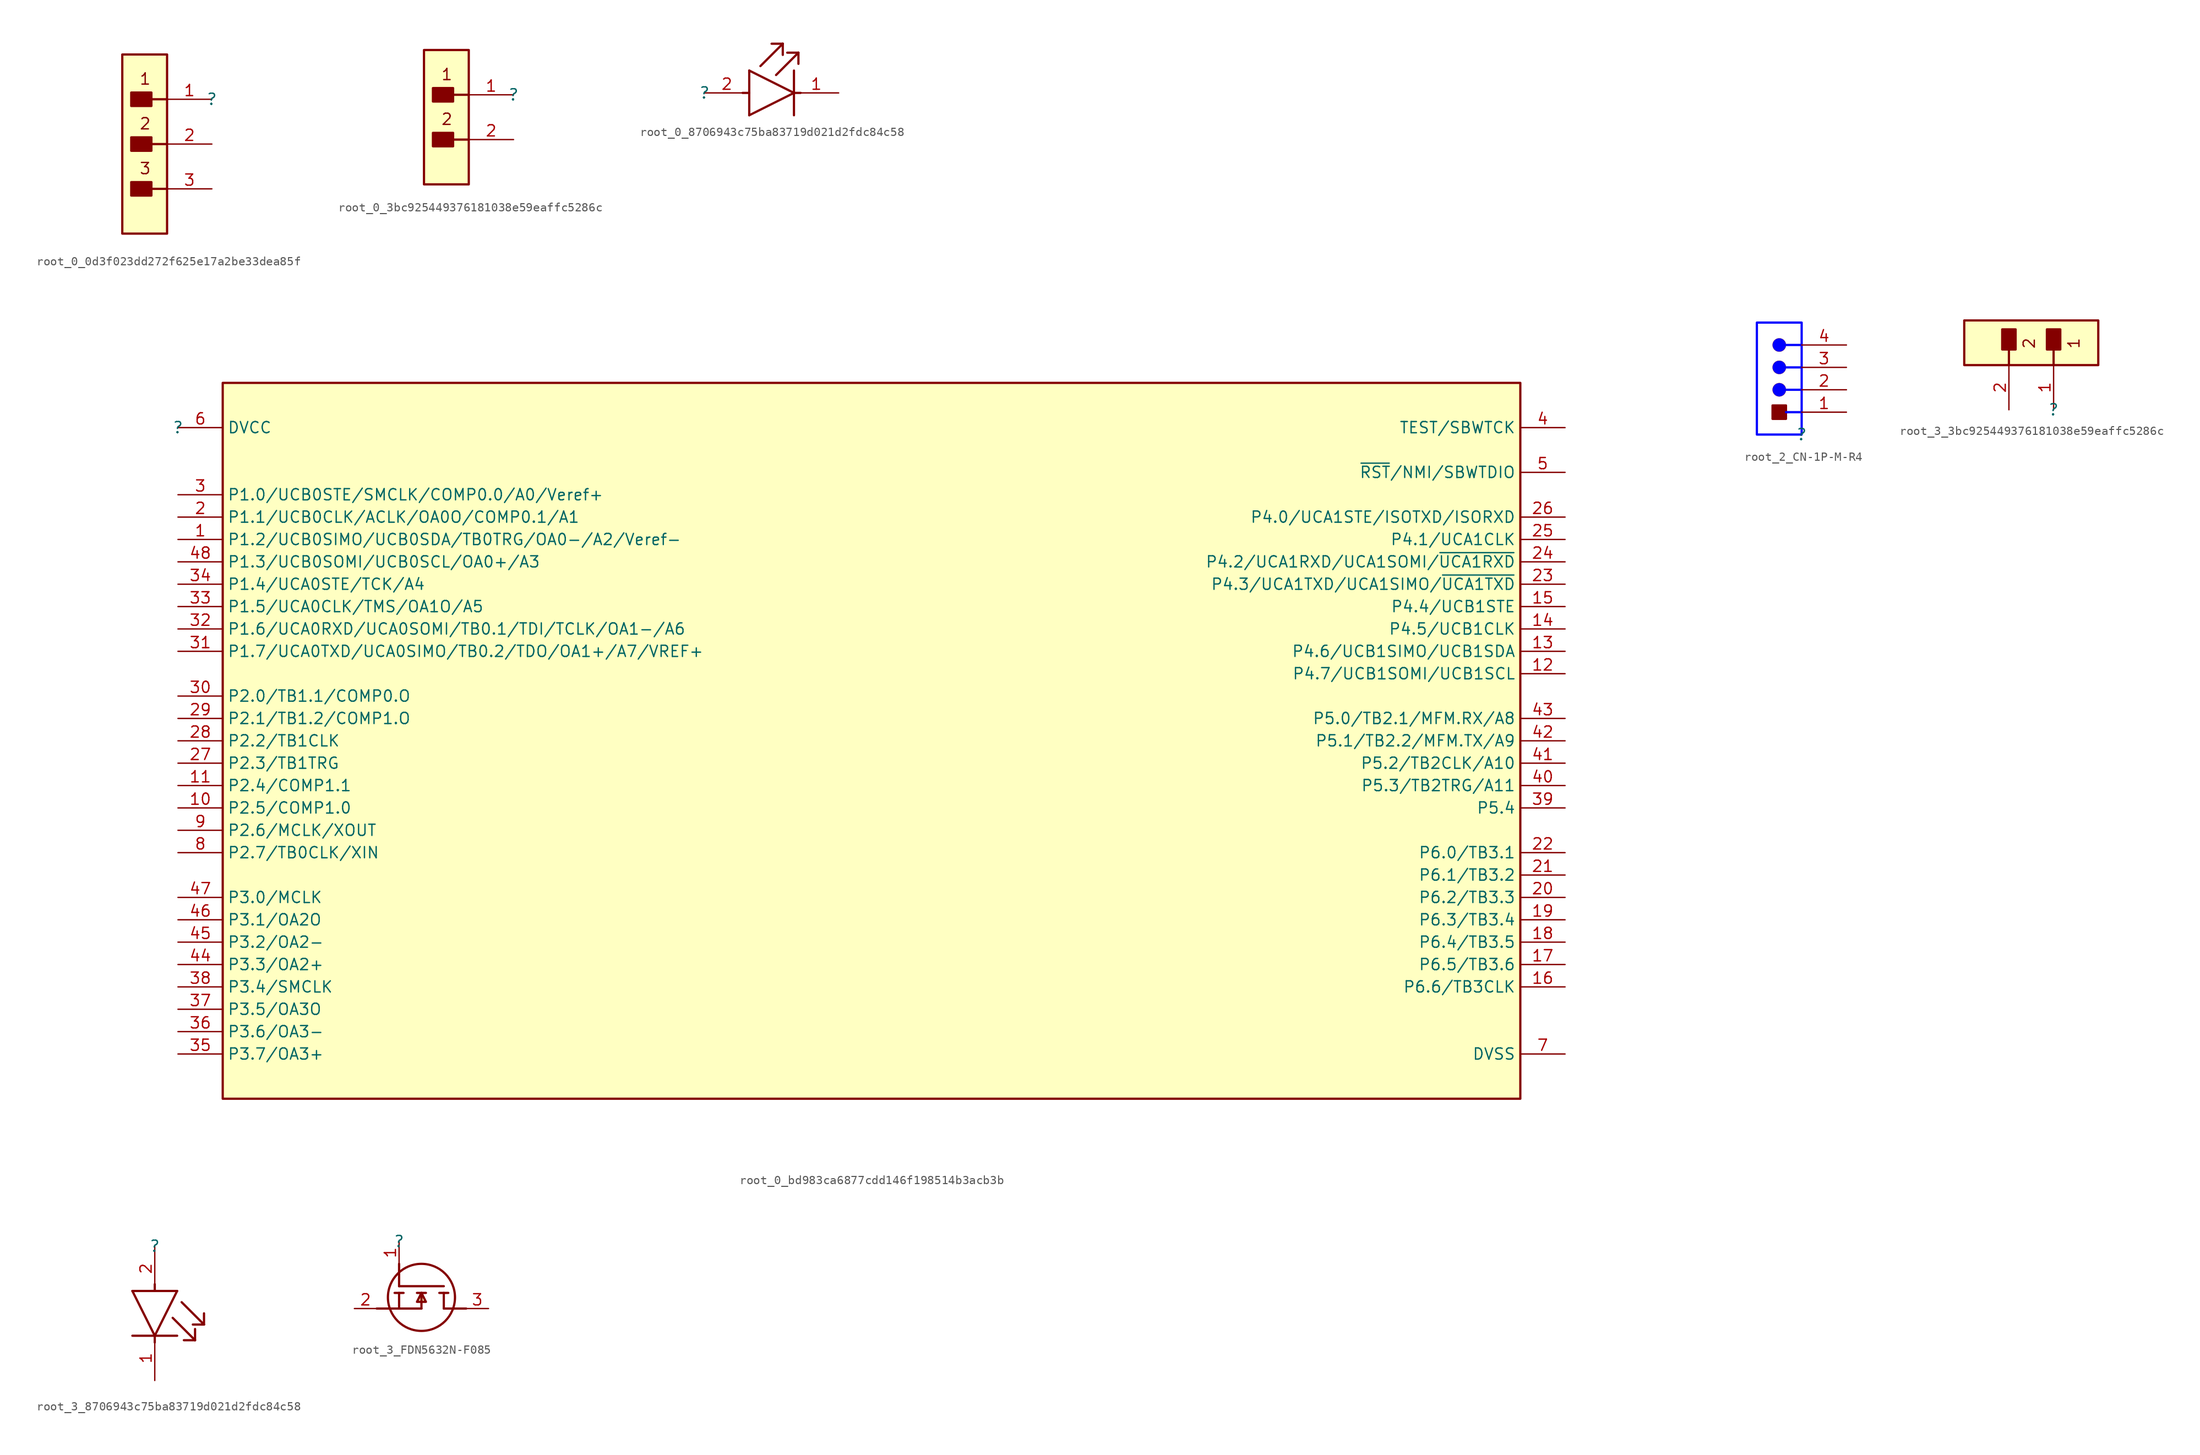
<source format=kicad_sym>
(kicad_symbol_lib
  (version 20220914)
  (generator kicad_symbol_editor)
  (symbol "root_0_0d3f023dd272f625e17a2be33dea85f"
    (property "Reference" ""
      (at 0 0 0)
      (effects (font (size 1.27 1.27))))
    (property "Value" ""
      (at 0 0 0)
      (effects (font (size 1.27 1.27))))
    (symbol "root_0_0d3f023dd272f625e17a2be33dea85f_1_0"
      (rectangle (start -6.858 -9.398) (end -9.144 -10.922) (stroke (width 0.254) (type solid)) (fill (type outline)))
      (rectangle (start -6.858 -4.318) (end -9.144 -5.842) (stroke (width 0.254) (type solid)) (fill (type outline)))
      (rectangle (start -6.858 0.762) (end -9.144 -0.762) (stroke (width 0.254) (type solid)) (fill (type outline)))
      (rectangle (start -5.08 5.08) (end -10.16 -15.24) (stroke (width 0.254) (type solid)) (fill (type background)))
      (polyline (pts (xy -6.858 -10.16) (xy -5.08 -10.16)) (stroke (width 0.254) (type solid)) (fill (type none)))
      (polyline (pts (xy -6.858 -5.08) (xy -5.08 -5.08)) (stroke (width 0.254) (type solid)) (fill (type none)))
      (polyline (pts (xy -6.858 0) (xy -5.08 0)) (stroke (width 0.254) (type solid)) (fill (type none)))
      (text "1" (at -6.858 3.048 0) (effects (font (size 1.27 1.27)) (justify right top)))
      (text "2" (at -6.858 -2.032 0) (effects (font (size 1.27 1.27)) (justify right top)))
      (text "3" (at -6.858 -7.112 0) (effects (font (size 1.27 1.27)) (justify right top)))
      (pin passive line (at 0 0 180) (length 5.08) (name "1" (effects (font (size 0 0)))) (number "1" (effects (font (size 1.27 1.27)))))
      (pin passive line (at 0 -5.08 180) (length 5.08) (name "2" (effects (font (size 0 0)))) (number "2" (effects (font (size 1.27 1.27)))))
      (pin passive line (at 0 -10.16 180) (length 5.08) (name "3" (effects (font (size 0 0)))) (number "3" (effects (font (size 1.27 1.27)))))))
  (symbol "root_0_3bc925449376181038e59eaffc5286c"
    (property "Reference" ""
      (at 0 0 0)
      (effects (font (size 1.27 1.27))))
    (property "Value" ""
      (at 0 0 0)
      (effects (font (size 1.27 1.27))))
    (symbol "root_0_3bc925449376181038e59eaffc5286c_1_0"
      (rectangle (start -6.858 -4.318) (end -9.144 -5.842) (stroke (width 0.254) (type solid)) (fill (type outline)))
      (rectangle (start -6.858 0.762) (end -9.144 -0.762) (stroke (width 0.254) (type solid)) (fill (type outline)))
      (rectangle (start -5.08 5.08) (end -10.16 -10.16) (stroke (width 0.254) (type solid)) (fill (type background)))
      (polyline (pts (xy -6.858 -5.08) (xy -5.08 -5.08)) (stroke (width 0.254) (type solid)) (fill (type none)))
      (polyline (pts (xy -6.858 0) (xy -5.08 0)) (stroke (width 0.254) (type solid)) (fill (type none)))
      (text "1" (at -6.858 3.048 0) (effects (font (size 1.27 1.27)) (justify right top)))
      (text "2" (at -6.858 -2.032 0) (effects (font (size 1.27 1.27)) (justify right top)))
      (pin passive line (at 0 0 180) (length 5.08) (name "1" (effects (font (size 0 0)))) (number "1" (effects (font (size 1.27 1.27)))))
      (pin passive line (at 0 -5.08 180) (length 5.08) (name "2" (effects (font (size 0 0)))) (number "2" (effects (font (size 1.27 1.27)))))))
  (symbol "root_0_8706943c75ba83719d021d2fdc84c58"
    (property "Reference" ""
      (at 0 0 0)
      (effects (font (size 1.27 1.27))))
    (property "Value" ""
      (at 0 0 0)
      (effects (font (size 1.27 1.27))))
    (symbol "root_0_8706943c75ba83719d021d2fdc84c58_1_0"
      (polyline (pts (xy 5.08 -2.54) (xy 10.16 0)) (stroke (width 0.254) (type solid)) (fill (type none)))
      (polyline (pts (xy 5.08 0) (xy 4.318 0)) (stroke (width 0.254) (type solid)) (fill (type none)))
      (polyline (pts (xy 5.08 2.54) (xy 5.08 -2.54)) (stroke (width 0.254) (type solid)) (fill (type none)))
      (polyline (pts (xy 5.08 2.54) (xy 10.16 0)) (stroke (width 0.254) (type solid)) (fill (type none)))
      (polyline (pts (xy 6.35 3.048) (xy 8.89 5.588)) (stroke (width 0.254) (type solid)) (fill (type none)))
      (polyline (pts (xy 8.128 2.032) (xy 10.668 4.572)) (stroke (width 0.254) (type solid)) (fill (type none)))
      (polyline (pts (xy 8.89 5.588) (xy 7.62 5.588)) (stroke (width 0.254) (type solid)) (fill (type none)))
      (polyline (pts (xy 8.89 5.588) (xy 8.89 4.318)) (stroke (width 0.254) (type solid)) (fill (type none)))
      (polyline (pts (xy 10.16 0) (xy 10.922 0)) (stroke (width 0.254) (type solid)) (fill (type none)))
      (polyline (pts (xy 10.16 2.54) (xy 10.16 -2.54)) (stroke (width 0.254) (type solid)) (fill (type none)))
      (polyline (pts (xy 10.668 4.572) (xy 9.398 4.572)) (stroke (width 0.254) (type solid)) (fill (type none)))
      (polyline (pts (xy 10.668 4.572) (xy 10.668 3.302)) (stroke (width 0.254) (type solid)) (fill (type none)))
      (pin passive line (at 15.24 0 180) (length 5.08) (name "C" (effects (font (size 0 0)))) (number "1" (effects (font (size 1.27 1.27)))))
      (pin passive line (at 0 0 0) (length 5.08) (name "A" (effects (font (size 0 0)))) (number "2" (effects (font (size 1.27 1.27)))))))
  (symbol "root_0_bd983ca6877cdd146f198514b3acb3b"
    (property "Reference" ""
      (at 0 0 0)
      (effects (font (size 1.27 1.27))))
    (property "Value" ""
      (at 0 0 0)
      (effects (font (size 1.27 1.27))))
    (symbol "root_0_bd983ca6877cdd146f198514b3acb3b_1_0"
      (rectangle (start 152.4 5.08) (end 5.08 -76.2) (stroke (width 0.254) (type solid)) (fill (type background)))
      (pin bidirectional line (at 0 -12.7 0) (length 5.08) (name "P1.2/UCB0SIMO/UCB0SDA/TB0TRG/OA0-/A2/Veref-" (effects (font (size 1.27 1.27)))) (number "1" (effects (font (size 1.27 1.27)))))
      (pin bidirectional line (at 0 -43.18 0) (length 5.08) (name "P2.5/COMP1.0" (effects (font (size 1.27 1.27)))) (number "10" (effects (font (size 1.27 1.27)))))
      (pin bidirectional line (at 0 -40.64 0) (length 5.08) (name "P2.4/COMP1.1" (effects (font (size 1.27 1.27)))) (number "11" (effects (font (size 1.27 1.27)))))
      (pin bidirectional line (at 157.48 -27.94 180) (length 5.08) (name "P4.7/UCB1SOMI/UCB1SCL" (effects (font (size 1.27 1.27)))) (number "12" (effects (font (size 1.27 1.27)))))
      (pin bidirectional line (at 157.48 -25.4 180) (length 5.08) (name "P4.6/UCB1SIMO/UCB1SDA" (effects (font (size 1.27 1.27)))) (number "13" (effects (font (size 1.27 1.27)))))
      (pin bidirectional line (at 157.48 -22.86 180) (length 5.08) (name "P4.5/UCB1CLK" (effects (font (size 1.27 1.27)))) (number "14" (effects (font (size 1.27 1.27)))))
      (pin bidirectional line (at 157.48 -20.32 180) (length 5.08) (name "P4.4/UCB1STE" (effects (font (size 1.27 1.27)))) (number "15" (effects (font (size 1.27 1.27)))))
      (pin bidirectional line (at 157.48 -63.5 180) (length 5.08) (name "P6.6/TB3CLK" (effects (font (size 1.27 1.27)))) (number "16" (effects (font (size 1.27 1.27)))))
      (pin bidirectional line (at 157.48 -60.96 180) (length 5.08) (name "P6.5/TB3.6" (effects (font (size 1.27 1.27)))) (number "17" (effects (font (size 1.27 1.27)))))
      (pin bidirectional line (at 157.48 -58.42 180) (length 5.08) (name "P6.4/TB3.5" (effects (font (size 1.27 1.27)))) (number "18" (effects (font (size 1.27 1.27)))))
      (pin bidirectional line (at 157.48 -55.88 180) (length 5.08) (name "P6.3/TB3.4" (effects (font (size 1.27 1.27)))) (number "19" (effects (font (size 1.27 1.27)))))
      (pin bidirectional line (at 0 -10.16 0) (length 5.08) (name "P1.1/UCB0CLK/ACLK/OA0O/COMP0.1/A1" (effects (font (size 1.27 1.27)))) (number "2" (effects (font (size 1.27 1.27)))))
      (pin bidirectional line (at 157.48 -53.34 180) (length 5.08) (name "P6.2/TB3.3" (effects (font (size 1.27 1.27)))) (number "20" (effects (font (size 1.27 1.27)))))
      (pin bidirectional line (at 157.48 -50.8 180) (length 5.08) (name "P6.1/TB3.2" (effects (font (size 1.27 1.27)))) (number "21" (effects (font (size 1.27 1.27)))))
      (pin bidirectional line (at 157.48 -48.26 180) (length 5.08) (name "P6.0/TB3.1" (effects (font (size 1.27 1.27)))) (number "22" (effects (font (size 1.27 1.27)))))
      (pin bidirectional line (at 157.48 -17.78 180) (length 5.08) (name "P4.3/UCA1TXD/UCA1SIMO/~{UCA1TXD}" (effects (font (size 1.27 1.27)))) (number "23" (effects (font (size 1.27 1.27)))))
      (pin bidirectional line (at 157.48 -15.24 180) (length 5.08) (name "P4.2/UCA1RXD/UCA1SOMI/~{UCA1RXD}" (effects (font (size 1.27 1.27)))) (number "24" (effects (font (size 1.27 1.27)))))
      (pin bidirectional line (at 157.48 -12.7 180) (length 5.08) (name "P4.1/UCA1CLK" (effects (font (size 1.27 1.27)))) (number "25" (effects (font (size 1.27 1.27)))))
      (pin bidirectional line (at 157.48 -10.16 180) (length 5.08) (name "P4.0/UCA1STE/ISOTXD/ISORXD" (effects (font (size 1.27 1.27)))) (number "26" (effects (font (size 1.27 1.27)))))
      (pin bidirectional line (at 0 -38.1 0) (length 5.08) (name "P2.3/TB1TRG" (effects (font (size 1.27 1.27)))) (number "27" (effects (font (size 1.27 1.27)))))
      (pin bidirectional line (at 0 -35.56 0) (length 5.08) (name "P2.2/TB1CLK" (effects (font (size 1.27 1.27)))) (number "28" (effects (font (size 1.27 1.27)))))
      (pin bidirectional line (at 0 -33.02 0) (length 5.08) (name "P2.1/TB1.2/COMP1.O" (effects (font (size 1.27 1.27)))) (number "29" (effects (font (size 1.27 1.27)))))
      (pin bidirectional line (at 0 -7.62 0) (length 5.08) (name "P1.0/UCB0STE/SMCLK/COMP0.0/A0/Veref+" (effects (font (size 1.27 1.27)))) (number "3" (effects (font (size 1.27 1.27)))))
      (pin bidirectional line (at 0 -30.48 0) (length 5.08) (name "P2.0/TB1.1/COMP0.O" (effects (font (size 1.27 1.27)))) (number "30" (effects (font (size 1.27 1.27)))))
      (pin bidirectional line (at 0 -25.4 0) (length 5.08) (name "P1.7/UCA0TXD/UCA0SIMO/TB0.2/TDO/OA1+/A7/VREF+" (effects (font (size 1.27 1.27)))) (number "31" (effects (font (size 1.27 1.27)))))
      (pin bidirectional line (at 0 -22.86 0) (length 5.08) (name "P1.6/UCA0RXD/UCA0SOMI/TB0.1/TDI/TCLK/OA1-/A6" (effects (font (size 1.27 1.27)))) (number "32" (effects (font (size 1.27 1.27)))))
      (pin bidirectional line (at 0 -20.32 0) (length 5.08) (name "P1.5/UCA0CLK/TMS/OA1O/A5" (effects (font (size 1.27 1.27)))) (number "33" (effects (font (size 1.27 1.27)))))
      (pin bidirectional line (at 0 -17.78 0) (length 5.08) (name "P1.4/UCA0STE/TCK/A4" (effects (font (size 1.27 1.27)))) (number "34" (effects (font (size 1.27 1.27)))))
      (pin bidirectional line (at 0 -71.12 0) (length 5.08) (name "P3.7/OA3+" (effects (font (size 1.27 1.27)))) (number "35" (effects (font (size 1.27 1.27)))))
      (pin bidirectional line (at 0 -68.58 0) (length 5.08) (name "P3.6/OA3-" (effects (font (size 1.27 1.27)))) (number "36" (effects (font (size 1.27 1.27)))))
      (pin bidirectional line (at 0 -66.04 0) (length 5.08) (name "P3.5/OA3O" (effects (font (size 1.27 1.27)))) (number "37" (effects (font (size 1.27 1.27)))))
      (pin bidirectional line (at 0 -63.5 0) (length 5.08) (name "P3.4/SMCLK" (effects (font (size 1.27 1.27)))) (number "38" (effects (font (size 1.27 1.27)))))
      (pin bidirectional line (at 157.48 -43.18 180) (length 5.08) (name "P5.4" (effects (font (size 1.27 1.27)))) (number "39" (effects (font (size 1.27 1.27)))))
      (pin bidirectional line (at 157.48 0 180) (length 5.08) (name "TEST/SBWTCK" (effects (font (size 1.27 1.27)))) (number "4" (effects (font (size 1.27 1.27)))))
      (pin bidirectional line (at 157.48 -40.64 180) (length 5.08) (name "P5.3/TB2TRG/A11" (effects (font (size 1.27 1.27)))) (number "40" (effects (font (size 1.27 1.27)))))
      (pin bidirectional line (at 157.48 -38.1 180) (length 5.08) (name "P5.2/TB2CLK/A10" (effects (font (size 1.27 1.27)))) (number "41" (effects (font (size 1.27 1.27)))))
      (pin bidirectional line (at 157.48 -35.56 180) (length 5.08) (name "P5.1/TB2.2/MFM.TX/A9" (effects (font (size 1.27 1.27)))) (number "42" (effects (font (size 1.27 1.27)))))
      (pin bidirectional line (at 157.48 -33.02 180) (length 5.08) (name "P5.0/TB2.1/MFM.RX/A8" (effects (font (size 1.27 1.27)))) (number "43" (effects (font (size 1.27 1.27)))))
      (pin bidirectional line (at 0 -60.96 0) (length 5.08) (name "P3.3/OA2+" (effects (font (size 1.27 1.27)))) (number "44" (effects (font (size 1.27 1.27)))))
      (pin bidirectional line (at 0 -58.42 0) (length 5.08) (name "P3.2/OA2-" (effects (font (size 1.27 1.27)))) (number "45" (effects (font (size 1.27 1.27)))))
      (pin bidirectional line (at 0 -55.88 0) (length 5.08) (name "P3.1/OA2O" (effects (font (size 1.27 1.27)))) (number "46" (effects (font (size 1.27 1.27)))))
      (pin bidirectional line (at 0 -53.34 0) (length 5.08) (name "P3.0/MCLK" (effects (font (size 1.27 1.27)))) (number "47" (effects (font (size 1.27 1.27)))))
      (pin bidirectional line (at 0 -15.24 0) (length 5.08) (name "P1.3/UCB0SOMI/UCB0SCL/OA0+/A3" (effects (font (size 1.27 1.27)))) (number "48" (effects (font (size 1.27 1.27)))))
      (pin input line (at 157.48 -5.08 180) (length 5.08) (name "~{RST}/NMI/SBWTDIO" (effects (font (size 1.27 1.27)))) (number "5" (effects (font (size 1.27 1.27)))))
      (pin power_in line (at 0 0 0) (length 5.08) (name "DVCC" (effects (font (size 1.27 1.27)))) (number "6" (effects (font (size 1.27 1.27)))))
      (pin power_in line (at 157.48 -71.12 180) (length 5.08) (name "DVSS" (effects (font (size 1.27 1.27)))) (number "7" (effects (font (size 1.27 1.27)))))
      (pin bidirectional line (at 0 -48.26 0) (length 5.08) (name "P2.7/TB0CLK/XIN" (effects (font (size 1.27 1.27)))) (number "8" (effects (font (size 1.27 1.27)))))
      (pin bidirectional line (at 0 -45.72 0) (length 5.08) (name "P2.6/MCLK/XOUT" (effects (font (size 1.27 1.27)))) (number "9" (effects (font (size 1.27 1.27)))))))
  (symbol "root_2_CN-1P-M-R4"
    (property "Reference" ""
      (at 0 0 0)
      (effects (font (size 1.27 1.27))))
    (property "Value" ""
      (at 0 0 0)
      (effects (font (size 1.27 1.27))))
    (symbol "root_2_CN-1P-M-R4_1_0"
      (circle (center -2.54 5.08) (radius 0.762) (stroke (width 0.0001) (type solid)) (fill (type color) (color 0 0 255 1)))
      (circle (center -2.54 7.62) (radius 0.762) (stroke (width 0.0001) (type solid)) (fill (type color) (color 0 0 255 1)))
      (circle (center -2.54 10.16) (radius 0.762) (stroke (width 0.0001) (type solid)) (fill (type color) (color 0 0 255 1)))
      (rectangle (start -1.778 3.302) (end -3.302 1.778) (stroke (width 0.254) (type solid)) (fill (type outline)))
      (polyline (pts (xy 0 2.54) (xy -1.778 2.54)) (stroke (width 0.254) (type solid) (color 0 0 255 1)) (fill (type none)))
      (polyline (pts (xy 0 5.08) (xy -1.778 5.08)) (stroke (width 0.254) (type solid) (color 0 0 255 1)) (fill (type none)))
      (polyline (pts (xy 0 7.62) (xy -1.778 7.62)) (stroke (width 0.254) (type solid) (color 0 0 255 1)) (fill (type none)))
      (polyline (pts (xy 0 10.16) (xy -1.778 10.16)) (stroke (width 0.254) (type solid) (color 0 0 255 1)) (fill (type none)))
      (polyline (pts (xy 0 0) (xy 0 12.7) (xy -5.08 12.7) (xy -5.08 0) (xy 0 0)) (stroke (width 0.254) (type solid) (color 0 0 255 1)) (fill (type none)))
      (pin passive line (at 5.08 2.54 180) (length 5.08) (name "1" (effects (font (size 0 0)))) (number "1" (effects (font (size 1.27 1.27)))))
      (pin passive line (at 5.08 5.08 180) (length 5.08) (name "2" (effects (font (size 0 0)))) (number "2" (effects (font (size 1.27 1.27)))))
      (pin passive line (at 5.08 7.62 180) (length 5.08) (name "3" (effects (font (size 0 0)))) (number "3" (effects (font (size 1.27 1.27)))))
      (pin passive line (at 5.08 10.16 180) (length 5.08) (name "4" (effects (font (size 0 0)))) (number "4" (effects (font (size 1.27 1.27)))))))
  (symbol "root_3_3bc925449376181038e59eaffc5286c"
    (property "Reference" ""
      (at 0 0 0)
      (effects (font (size 1.27 1.27))))
    (property "Value" ""
      (at 0 0 0)
      (effects (font (size 1.27 1.27))))
    (symbol "root_3_3bc925449376181038e59eaffc5286c_1_0"
      (rectangle (start -4.318 9.144) (end -5.842 6.858) (stroke (width 0.254) (type solid)) (fill (type outline)))
      (polyline (pts (xy -5.08 6.858) (xy -5.08 5.08)) (stroke (width 0.254) (type solid)) (fill (type none)))
      (polyline (pts (xy 0 6.858) (xy 0 5.08)) (stroke (width 0.254) (type solid)) (fill (type none)))
      (rectangle (start 0.762 9.144) (end -0.762 6.858) (stroke (width 0.254) (type solid)) (fill (type outline)))
      (rectangle (start 5.08 10.16) (end -10.16 5.08) (stroke (width 0.254) (type solid)) (fill (type background)))
      (text "1" (at 3.048 6.858 900) (effects (font (size 1.27 1.27)) (justify left bottom)))
      (text "2" (at -2.032 6.858 900) (effects (font (size 1.27 1.27)) (justify left bottom)))
      (pin passive line (at 0 0 90) (length 5.08) (name "1" (effects (font (size 0 0)))) (number "1" (effects (font (size 1.27 1.27)))))
      (pin passive line (at -5.08 0 90) (length 5.08) (name "2" (effects (font (size 0 0)))) (number "2" (effects (font (size 1.27 1.27)))))))
  (symbol "root_3_8706943c75ba83719d021d2fdc84c58"
    (property "Reference" ""
      (at 0 0 0)
      (effects (font (size 1.27 1.27))))
    (property "Value" ""
      (at 0 0 0)
      (effects (font (size 1.27 1.27))))
    (symbol "root_3_8706943c75ba83719d021d2fdc84c58_1_0"
      (polyline (pts (xy -2.54 -5.08) (xy 0 -10.16)) (stroke (width 0.254) (type solid)) (fill (type none)))
      (polyline (pts (xy 0 -10.16) (xy 0 -10.922)) (stroke (width 0.254) (type solid)) (fill (type none)))
      (polyline (pts (xy 0 -5.08) (xy 0 -4.318)) (stroke (width 0.254) (type solid)) (fill (type none)))
      (polyline (pts (xy 2.032 -8.128) (xy 4.572 -10.668)) (stroke (width 0.254) (type solid)) (fill (type none)))
      (polyline (pts (xy 2.54 -10.16) (xy -2.54 -10.16)) (stroke (width 0.254) (type solid)) (fill (type none)))
      (polyline (pts (xy 2.54 -5.08) (xy -2.54 -5.08)) (stroke (width 0.254) (type solid)) (fill (type none)))
      (polyline (pts (xy 2.54 -5.08) (xy 0 -10.16)) (stroke (width 0.254) (type solid)) (fill (type none)))
      (polyline (pts (xy 3.048 -6.35) (xy 5.588 -8.89)) (stroke (width 0.254) (type solid)) (fill (type none)))
      (polyline (pts (xy 4.572 -10.668) (xy 3.302 -10.668)) (stroke (width 0.254) (type solid)) (fill (type none)))
      (polyline (pts (xy 4.572 -10.668) (xy 4.572 -9.398)) (stroke (width 0.254) (type solid)) (fill (type none)))
      (polyline (pts (xy 5.588 -8.89) (xy 4.318 -8.89)) (stroke (width 0.254) (type solid)) (fill (type none)))
      (polyline (pts (xy 5.588 -8.89) (xy 5.588 -7.62)) (stroke (width 0.254) (type solid)) (fill (type none)))
      (pin passive line (at 0 -15.24 90) (length 5.08) (name "C" (effects (font (size 0 0)))) (number "1" (effects (font (size 1.27 1.27)))))
      (pin passive line (at 0 0 270) (length 5.08) (name "A" (effects (font (size 0 0)))) (number "2" (effects (font (size 1.27 1.27)))))))
  (symbol "root_3_FDN5632N-F085"
    (property "Reference" ""
      (at 0 0 0)
      (effects (font (size 1.27 1.27))))
    (property "Value" ""
      (at 0 0 0)
      (effects (font (size 1.27 1.27))))
    (symbol "root_3_FDN5632N-F085_1_0"
      (polyline (pts (xy -2.54 -7.62) (xy 2.54 -7.62)) (stroke (width 0.254) (type solid)) (fill (type none)))
      (polyline (pts (xy 0 -7.62) (xy 0 -5.842)) (stroke (width 0.254) (type solid)) (fill (type none)))
      (polyline (pts (xy 0 -5.08) (xy 0 -2.54)) (stroke (width 0.254) (type solid)) (fill (type none)))
      (polyline (pts (xy 0.508 -5.842) (xy -0.508 -5.842)) (stroke (width 0.254) (type solid)) (fill (type none)))
      (polyline (pts (xy 2.54 -5.842) (xy 2.54 -7.62)) (stroke (width 0.254) (type solid)) (fill (type none)))
      (polyline (pts (xy 3.048 -5.842) (xy 2.032 -5.842)) (stroke (width 0.254) (type solid)) (fill (type none)))
      (polyline (pts (xy 4.572 -5.842) (xy 5.588 -5.842)) (stroke (width 0.254) (type solid)) (fill (type none)))
      (polyline (pts (xy 5.08 -5.842) (xy 5.08 -7.62)) (stroke (width 0.254) (type solid)) (fill (type none)))
      (polyline (pts (xy 5.08 -5.08) (xy 0 -5.08)) (stroke (width 0.254) (type solid)) (fill (type none)))
      (polyline (pts (xy 7.62 -7.62) (xy 5.08 -7.62)) (stroke (width 0.254) (type solid)) (fill (type none)))
      (polyline (pts (xy 2.54 -5.842) (xy 3.048 -6.858) (xy 2.032 -6.858) (xy 2.54 -5.842)) (stroke (width 0.254) (type solid)) (fill (type background)))
      (circle (center 2.54 -6.35) (radius 3.81) (stroke (width 0.254) (type solid)) (fill (type none)))
      (pin passive line (at 0 0 270) (length 2.54) (name "G" (effects (font (size 0 0)))) (number "1" (effects (font (size 1.27 1.27)))))
      (pin passive line (at -5.08 -7.62 0) (length 2.54) (name "S" (effects (font (size 0 0)))) (number "2" (effects (font (size 1.27 1.27)))))
      (pin passive line (at 10.16 -7.62 180) (length 2.54) (name "D" (effects (font (size 0 0)))) (number "3" (effects (font (size 1.27 1.27))))))))
</source>
